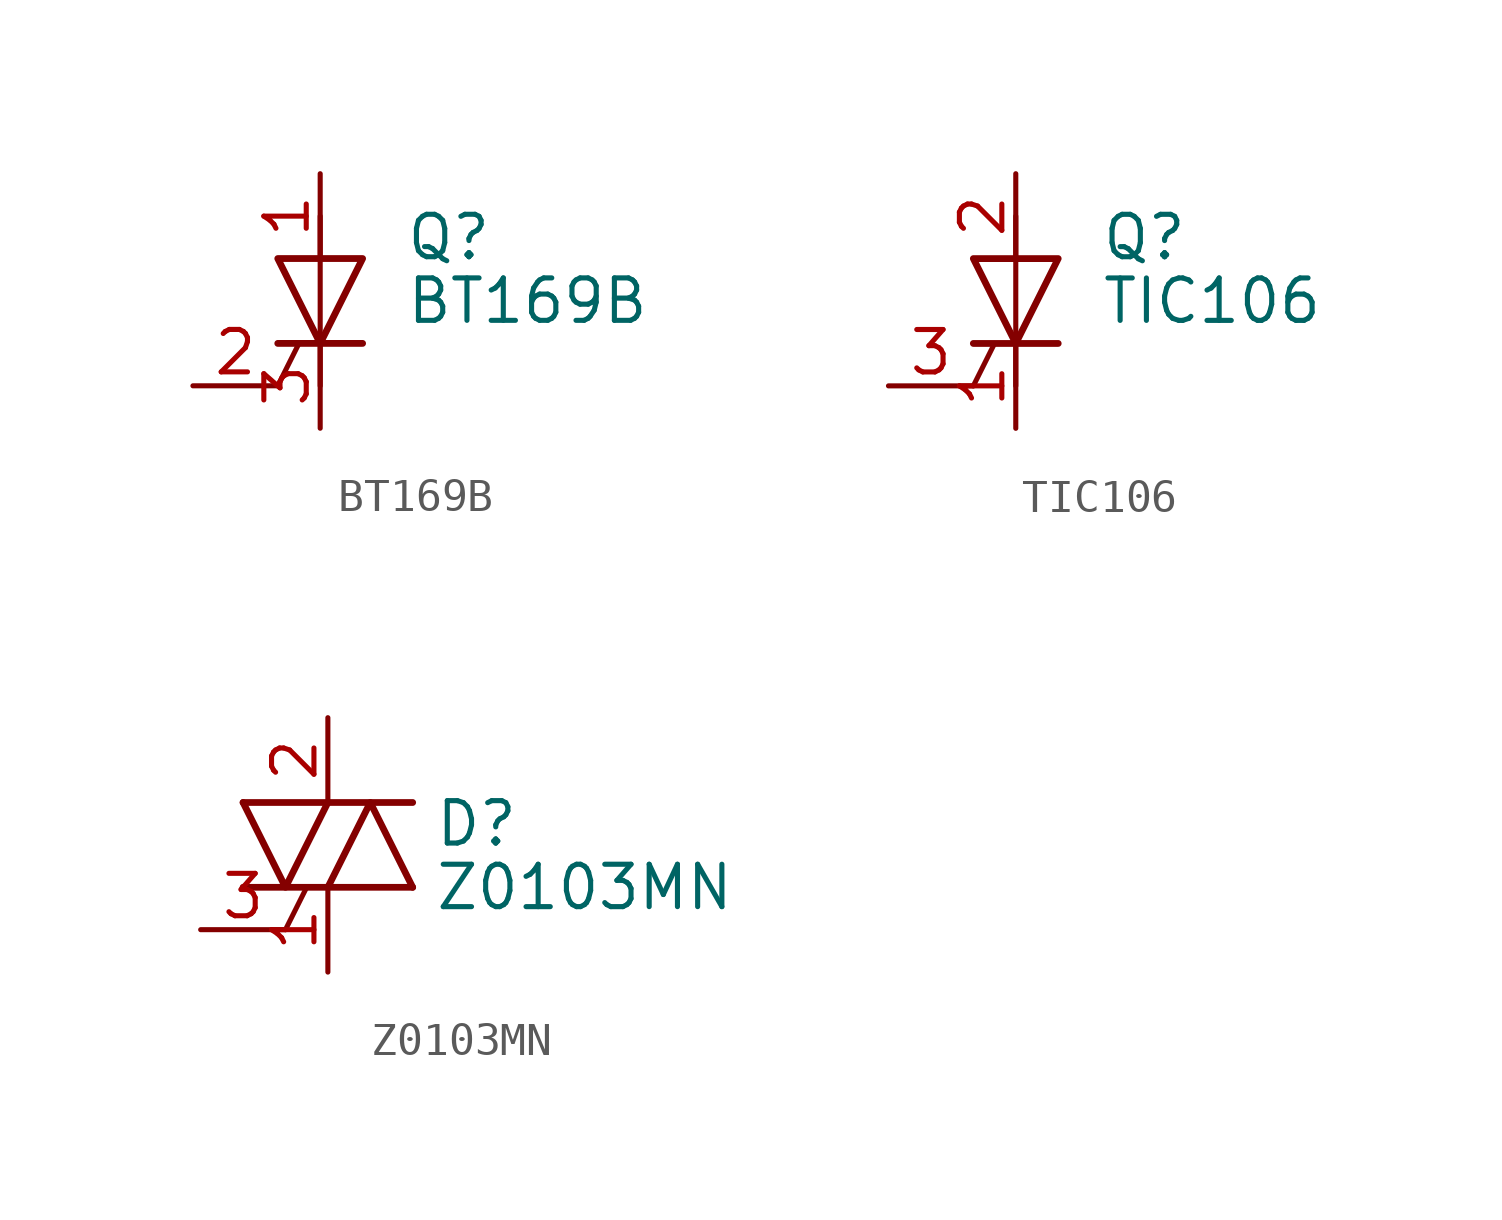
<source format=kicad_sym>
(kicad_symbol_lib
  (version 20241209)
  (generator "kicad_symbol_editor")
  (generator_version "9.0")
  (symbol "BT169B"
    (pin_names
      (offset 0)
      (hide yes))
    (property "Reference" "Q"
      (at 2.54 1.905 0)
      (effects (font (size 1.27 1.27)) (justify left)))
    (property "Value" "BT169B"
      (at 2.54 0 0)
      (effects (font (size 1.27 1.27)) (justify left)))
    (symbol "BT169B_0_1"
      (polyline (pts (xy -1.27 1.27) (xy 1.27 1.27) (xy 0 -1.27) (xy -1.27 1.27)) (stroke (width 0.203) (type default)) (fill (type none)))
      (polyline (pts (xy -1.27 -1.27) (xy 1.27 -1.27)) (stroke (width 0.203) (type default)) (fill (type none)))
      (polyline (pts (xy -1.27 -2.54) (xy -0.635 -1.27)) (stroke (width 0) (type default)) (fill (type none)))
      (polyline (pts (xy 0 -2.54) (xy 0 2.54)) (stroke (width 0) (type default)) (fill (type none))))
    (symbol "BT169B_1_1"
      (pin input line (at -3.81 -2.54 0) (length 2.54) (name "G" (effects (font (size 1.27 1.27)))) (number "2" (effects (font (size 1.27 1.27)))))
      (pin passive line (at 0 3.81 270) (length 2.54) (name "A" (effects (font (size 1.27 1.27)))) (number "1" (effects (font (size 1.27 1.27)))))
      (pin passive line (at 0 -3.81 90) (length 2.54) (name "K" (effects (font (size 1.27 1.27)))) (number "3" (effects (font (size 1.27 1.27)))))))
  (symbol "TIC106"
    (pin_names
      (offset 0)
      (hide yes))
    (property "Reference" "Q"
      (at 2.54 1.905 0)
      (effects (font (size 1.27 1.27)) (justify left)))
    (property "Value" "TIC106"
      (at 2.54 0 0)
      (effects (font (size 1.27 1.27)) (justify left)))
    (symbol "TIC106_0_1"
      (polyline (pts (xy -1.27 1.27) (xy 1.27 1.27) (xy 0 -1.27) (xy -1.27 1.27)) (stroke (width 0.203) (type default)) (fill (type none)))
      (polyline (pts (xy -1.27 -1.27) (xy 1.27 -1.27)) (stroke (width 0.203) (type default)) (fill (type none)))
      (polyline (pts (xy -1.27 -2.54) (xy -0.635 -1.27)) (stroke (width 0) (type default)) (fill (type none)))
      (polyline (pts (xy 0 -2.54) (xy 0 2.54)) (stroke (width 0) (type default)) (fill (type none))))
    (symbol "TIC106_1_1"
      (pin input line (at -3.81 -2.54 0) (length 2.54) (name "G" (effects (font (size 1.27 1.27)))) (number "3" (effects (font (size 1.27 1.27)))))
      (pin passive line (at 0 3.81 270) (length 2.54) (name "A" (effects (font (size 1.27 1.27)))) (number "2" (effects (font (size 1.27 1.27)))))
      (pin passive line (at 0 -3.81 90) (length 2.54) (name "K" (effects (font (size 1.27 1.27)))) (number "1" (effects (font (size 1.27 1.27)))))))
  (symbol "Z0103MN"
    (pin_names
      (offset 0)
      (hide yes))
    (property "Reference" "D"
      (at 3.175 0.635 0)
      (effects (font (size 1.27 1.27)) (justify left)))
    (property "Value" "Z0103MN"
      (at 3.175 -1.27 0)
      (effects (font (size 1.27 1.27)) (justify left)))
    (symbol "Z0103MN_0_1"
      (polyline (pts (xy -2.54 1.27) (xy 2.54 1.27)) (stroke (width 0.203) (type default)) (fill (type none)))
      (polyline (pts (xy -2.54 1.27) (xy -1.27 -1.27) (xy 0 1.27)) (stroke (width 0.203) (type default)) (fill (type none)))
      (polyline (pts (xy -2.54 -1.27) (xy 2.54 -1.27)) (stroke (width 0.203) (type default)) (fill (type none)))
      (polyline (pts (xy -1.27 -2.54) (xy -0.635 -1.27)) (stroke (width 0) (type default)) (fill (type none)))
      (polyline (pts (xy 0 -1.27) (xy 1.27 1.27) (xy 2.54 -1.27)) (stroke (width 0.203) (type default)) (fill (type none))))
    (symbol "Z0103MN_1_1"
      (pin input line (at -3.81 -2.54 0) (length 2.54) (name "G" (effects (font (size 1.27 1.27)))) (number "3" (effects (font (size 1.27 1.27)))))
      (pin passive line (at 0 3.81 270) (length 2.54) (name "A2" (effects (font (size 1.27 1.27)))) (number "2" (effects (font (size 1.27 1.27)))))
      (pin passive line (at 0 3.81 270) (length 2.54) (hide yes) (name "A4" (effects (font (size 1.27 1.27)))) (number "4" (effects (font (size 1.27 1.27)))))
      (pin passive line (at 0 -3.81 90) (length 2.54) (name "A1" (effects (font (size 1.27 1.27)))) (number "1" (effects (font (size 1.27 1.27))))))))
</source>
